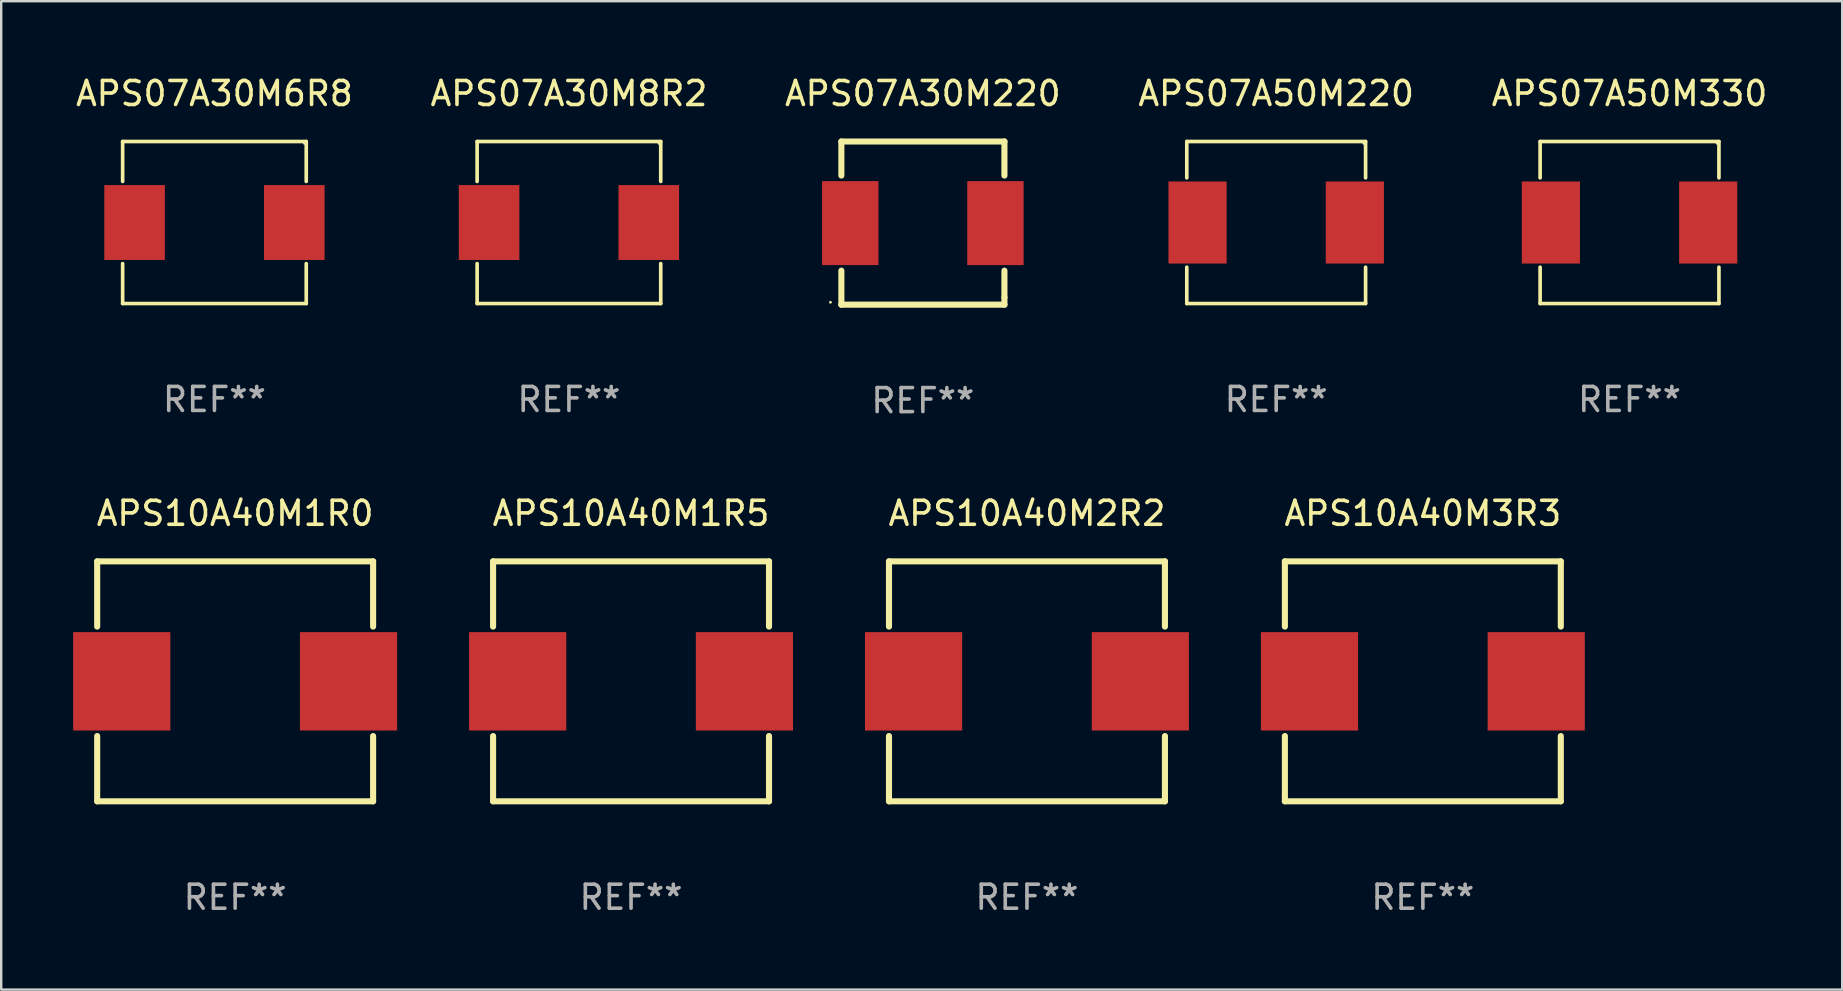
<source format=kicad_pcb>
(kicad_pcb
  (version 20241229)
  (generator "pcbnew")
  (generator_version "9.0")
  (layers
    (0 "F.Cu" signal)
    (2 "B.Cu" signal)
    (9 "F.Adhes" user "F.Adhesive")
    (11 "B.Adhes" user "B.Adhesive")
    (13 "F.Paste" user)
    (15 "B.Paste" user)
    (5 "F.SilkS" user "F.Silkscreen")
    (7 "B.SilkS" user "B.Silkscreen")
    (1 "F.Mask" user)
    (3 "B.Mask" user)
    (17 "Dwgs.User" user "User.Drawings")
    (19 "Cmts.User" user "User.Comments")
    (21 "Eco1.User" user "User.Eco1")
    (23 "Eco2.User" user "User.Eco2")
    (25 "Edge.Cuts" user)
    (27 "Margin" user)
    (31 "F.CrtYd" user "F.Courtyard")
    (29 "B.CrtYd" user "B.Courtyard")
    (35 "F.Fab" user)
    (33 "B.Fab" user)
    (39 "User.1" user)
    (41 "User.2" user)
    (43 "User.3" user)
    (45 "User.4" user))
  (footprint "APS10A40M1R5"
    (layer "F.Cu")
    (at 23.25 25.345)
    (property "Reference" "APS10A40M1R5" (at 0 -7 0) (layer "F.SilkS") (effects (font (size 1 1) (thickness 0.15))))
    (attr through_hole)
    (fp_line (start -5.75 -5) (end -5.75 -2.281) (stroke (width 0.254) (type solid)) (layer "F.SilkS"))
    (fp_line (start -5.75 -5) (end 5.75 -5) (stroke (width 0.254) (type solid)) (layer "F.SilkS"))
    (fp_line (start -5.75 2.281) (end -5.75 5) (stroke (width 0.254) (type solid)) (layer "F.SilkS"))
    (fp_line (start 5.75 -2.281) (end 5.75 -5) (stroke (width 0.254) (type solid)) (layer "F.SilkS"))
    (fp_line (start 5.75 5) (end -5.75 5) (stroke (width 0.254) (type solid)) (layer "F.SilkS"))
    (fp_line (start 5.75 5) (end 5.75 2.281) (stroke (width 0.254) (type solid)) (layer "F.SilkS"))
    (fp_circle (center -5.75 5) (end -5.72 5) (stroke (width 0.06) (type solid)) (fill no) (layer "F.SilkS"))
    (fp_text user "REF**" (at 0 9 0) (layer "F.Fab") (effects (font (size 1 1) (thickness 0.15))))
    (pad "1" smd rect (at -4.725 0) (size 4.05 4.1) (layers "F.Cu" "F.Mask" "F.Paste"))
    (pad "2" smd rect (at 4.725 0) (size 4.05 4.1) (layers "F.Cu" "F.Mask" "F.Paste")))
  (footprint "APS07A30M220"
    (layer "F.Cu")
    (at 35.411 6.248)
    (property "Reference" "APS07A30M220" (at 0 -5.4 0) (layer "F.SilkS") (effects (font (size 1 1) (thickness 0.15))))
    (attr through_hole)
    (fp_line (start -3.396 -3.4) (end -3.396 -1.981) (stroke (width 0.254) (type solid)) (layer "F.SilkS"))
    (fp_line (start -3.396 -3.4) (end 3.4 -3.4) (stroke (width 0.254) (type solid)) (layer "F.SilkS"))
    (fp_line (start -3.396 1.981) (end -3.396 3.4) (stroke (width 0.254) (type solid)) (layer "F.SilkS"))
    (fp_line (start 3.4 -1.981) (end 3.4 -3.4) (stroke (width 0.254) (type solid)) (layer "F.SilkS"))
    (fp_line (start 3.4 3.1) (end 3.4 1.981) (stroke (width 0.254) (type solid)) (layer "F.SilkS"))
    (fp_line (start 3.4 3.1) (end 3.4 3.4) (stroke (width 0.254) (type solid)) (layer "F.SilkS"))
    (fp_line (start 3.4 3.4) (end -3.4 3.4) (stroke (width 0.254) (type solid)) (layer "F.SilkS"))
    (fp_circle (center -3.85 3.3) (end -3.82 3.3) (stroke (width 0.06) (type solid)) (fill no) (layer "F.SilkS"))
    (fp_text user "REF**" (at 0 7.4 0) (layer "F.Fab") (effects (font (size 1 1) (thickness 0.15))))
    (pad "1" smd rect (at -3.025 0 270) (size 3.5 2.35) (layers "F.Cu" "F.Mask" "F.Paste"))
    (pad "2" smd rect (at 3.025 0 270) (size 3.5 2.35) (layers "F.Cu" "F.Mask" "F.Paste")))
  (footprint "APS07A30M8R2"
    (layer "F.Cu")
    (at 20.661 6.224)
    (property "Reference" "APS07A30M8R2" (at 0 -5.376 0) (layer "F.SilkS") (effects (font (size 1 1) (thickness 0.15))))
    (attr through_hole)
    (fp_line (start -3.826 -3.376) (end 3.826 -3.376) (stroke (width 0.152) (type solid)) (layer "F.SilkS"))
    (fp_line (start -3.826 -1.712) (end -3.826 -3.376) (stroke (width 0.152) (type solid)) (layer "F.SilkS"))
    (fp_line (start -3.826 1.712) (end -3.826 3.376) (stroke (width 0.152) (type solid)) (layer "F.SilkS"))
    (fp_line (start -3.826 3.376) (end 3.826 3.376) (stroke (width 0.152) (type solid)) (layer "F.SilkS"))
    (fp_line (start 3.826 -3.376) (end 3.826 -1.712) (stroke (width 0.152) (type solid)) (layer "F.SilkS"))
    (fp_line (start 3.826 3.376) (end 3.826 1.712) (stroke (width 0.152) (type solid)) (layer "F.SilkS"))
    (fp_circle (center 3.75 -3.3) (end 3.78 -3.3) (stroke (width 0.06) (type solid)) (fill no) (layer "F.SilkS"))
    (fp_text user "REF**" (at 0 7.376 0) (layer "F.Fab") (effects (font (size 1 1) (thickness 0.15))))
    (pad "1" smd rect (at 3.328 0) (size 2.524 3.12) (layers "F.Cu" "F.Mask" "F.Paste"))
    (pad "2" smd rect (at -3.328 0) (size 2.524 3.12) (layers "F.Cu" "F.Mask" "F.Paste")))
  (footprint "APS10A40M2R2"
    (layer "F.Cu")
    (at 39.75 25.345)
    (property "Reference" "APS10A40M2R2" (at 0 -7 0) (layer "F.SilkS") (effects (font (size 1 1) (thickness 0.15))))
    (attr through_hole)
    (fp_line (start -5.75 -5) (end -5.75 -2.281) (stroke (width 0.254) (type solid)) (layer "F.SilkS"))
    (fp_line (start -5.75 -5) (end 5.75 -5) (stroke (width 0.254) (type solid)) (layer "F.SilkS"))
    (fp_line (start -5.75 2.281) (end -5.75 5) (stroke (width 0.254) (type solid)) (layer "F.SilkS"))
    (fp_line (start 5.75 -2.281) (end 5.75 -5) (stroke (width 0.254) (type solid)) (layer "F.SilkS"))
    (fp_line (start 5.75 5) (end -5.75 5) (stroke (width 0.254) (type solid)) (layer "F.SilkS"))
    (fp_line (start 5.75 5) (end 5.75 2.281) (stroke (width 0.254) (type solid)) (layer "F.SilkS"))
    (fp_circle (center -5.75 5) (end -5.72 5) (stroke (width 0.06) (type solid)) (fill no) (layer "F.SilkS"))
    (fp_text user "REF**" (at 0 9 0) (layer "F.Fab") (effects (font (size 1 1) (thickness 0.15))))
    (pad "1" smd rect (at -4.725 0) (size 4.05 4.1) (layers "F.Cu" "F.Mask" "F.Paste"))
    (pad "2" smd rect (at 4.725 0) (size 4.05 4.1) (layers "F.Cu" "F.Mask" "F.Paste")))
  (footprint "APS10A40M1R0"
    (layer "F.Cu")
    (at 6.75 25.345)
    (property "Reference" "APS10A40M1R0" (at 0 -7 0) (layer "F.SilkS") (effects (font (size 1 1) (thickness 0.15))))
    (attr through_hole)
    (fp_line (start -5.75 -5) (end -5.75 -2.281) (stroke (width 0.254) (type solid)) (layer "F.SilkS"))
    (fp_line (start -5.75 -5) (end 5.75 -5) (stroke (width 0.254) (type solid)) (layer "F.SilkS"))
    (fp_line (start -5.75 2.281) (end -5.75 5) (stroke (width 0.254) (type solid)) (layer "F.SilkS"))
    (fp_line (start 5.75 -2.281) (end 5.75 -5) (stroke (width 0.254) (type solid)) (layer "F.SilkS"))
    (fp_line (start 5.75 5) (end -5.75 5) (stroke (width 0.254) (type solid)) (layer "F.SilkS"))
    (fp_line (start 5.75 5) (end 5.75 2.281) (stroke (width 0.254) (type solid)) (layer "F.SilkS"))
    (fp_circle (center -5.75 5) (end -5.72 5) (stroke (width 0.06) (type solid)) (fill no) (layer "F.SilkS"))
    (fp_text user "REF**" (at 0 9 0) (layer "F.Fab") (effects (font (size 1 1) (thickness 0.15))))
    (pad "1" smd rect (at -4.725 0) (size 4.05 4.1) (layers "F.Cu" "F.Mask" "F.Paste"))
    (pad "2" smd rect (at 4.725 0) (size 4.05 4.1) (layers "F.Cu" "F.Mask" "F.Paste")))
  (footprint "APS07A50M330"
    (layer "F.Cu")
    (at 64.863 6.224)
    (property "Reference" "APS07A50M330" (at 0 -5.376 0) (layer "F.SilkS") (effects (font (size 1 1) (thickness 0.15))))
    (attr through_hole)
    (fp_line (start -3.726 -3.376) (end 3.726 -3.376) (stroke (width 0.152) (type solid)) (layer "F.SilkS"))
    (fp_line (start -3.726 -1.862) (end -3.726 -3.376) (stroke (width 0.152) (type solid)) (layer "F.SilkS"))
    (fp_line (start -3.726 1.862) (end -3.726 3.376) (stroke (width 0.152) (type solid)) (layer "F.SilkS"))
    (fp_line (start -3.726 3.376) (end 3.726 3.376) (stroke (width 0.152) (type solid)) (layer "F.SilkS"))
    (fp_line (start 3.726 -3.376) (end 3.726 -1.862) (stroke (width 0.152) (type solid)) (layer "F.SilkS"))
    (fp_line (start 3.726 3.376) (end 3.726 1.862) (stroke (width 0.152) (type solid)) (layer "F.SilkS"))
    (fp_circle (center 3.65 -3.3) (end 3.68 -3.3) (stroke (width 0.06) (type solid)) (fill no) (layer "F.SilkS"))
    (fp_text user "REF**" (at 0 7.376 0) (layer "F.Fab") (effects (font (size 1 1) (thickness 0.15))))
    (pad "1" smd rect (at 3.278 0) (size 2.424 3.42) (layers "F.Cu" "F.Mask" "F.Paste"))
    (pad "2" smd rect (at -3.278 0) (size 2.424 3.42) (layers "F.Cu" "F.Mask" "F.Paste")))
  (footprint "APS07A30M6R8"
    (layer "F.Cu")
    (at 5.887 6.224)
    (property "Reference" "APS07A30M6R8" (at 0 -5.376 0) (layer "F.SilkS") (effects (font (size 1 1) (thickness 0.15))))
    (attr through_hole)
    (fp_line (start -3.826 -3.376) (end 3.826 -3.376) (stroke (width 0.152) (type solid)) (layer "F.SilkS"))
    (fp_line (start -3.826 -1.712) (end -3.826 -3.376) (stroke (width 0.152) (type solid)) (layer "F.SilkS"))
    (fp_line (start -3.826 1.712) (end -3.826 3.376) (stroke (width 0.152) (type solid)) (layer "F.SilkS"))
    (fp_line (start -3.826 3.376) (end 3.826 3.376) (stroke (width 0.152) (type solid)) (layer "F.SilkS"))
    (fp_line (start 3.826 -3.376) (end 3.826 -1.712) (stroke (width 0.152) (type solid)) (layer "F.SilkS"))
    (fp_line (start 3.826 3.376) (end 3.826 1.712) (stroke (width 0.152) (type solid)) (layer "F.SilkS"))
    (fp_circle (center 3.75 -3.3) (end 3.78 -3.3) (stroke (width 0.06) (type solid)) (fill no) (layer "F.SilkS"))
    (fp_text user "REF**" (at 0 7.376 0) (layer "F.Fab") (effects (font (size 1 1) (thickness 0.15))))
    (pad "1" smd rect (at 3.328 0) (size 2.524 3.12) (layers "F.Cu" "F.Mask" "F.Paste"))
    (pad "2" smd rect (at -3.328 0) (size 2.524 3.12) (layers "F.Cu" "F.Mask" "F.Paste")))
  (footprint "APS07A50M220"
    (layer "F.Cu")
    (at 50.137 6.224)
    (property "Reference" "APS07A50M220" (at 0 -5.376 0) (layer "F.SilkS") (effects (font (size 1 1) (thickness 0.15))))
    (attr through_hole)
    (fp_line (start -3.726 -3.376) (end 3.726 -3.376) (stroke (width 0.152) (type solid)) (layer "F.SilkS"))
    (fp_line (start -3.726 -1.862) (end -3.726 -3.376) (stroke (width 0.152) (type solid)) (layer "F.SilkS"))
    (fp_line (start -3.726 1.862) (end -3.726 3.376) (stroke (width 0.152) (type solid)) (layer "F.SilkS"))
    (fp_line (start -3.726 3.376) (end 3.726 3.376) (stroke (width 0.152) (type solid)) (layer "F.SilkS"))
    (fp_line (start 3.726 -3.376) (end 3.726 -1.862) (stroke (width 0.152) (type solid)) (layer "F.SilkS"))
    (fp_line (start 3.726 3.376) (end 3.726 1.862) (stroke (width 0.152) (type solid)) (layer "F.SilkS"))
    (fp_circle (center 3.65 -3.3) (end 3.68 -3.3) (stroke (width 0.06) (type solid)) (fill no) (layer "F.SilkS"))
    (fp_text user "REF**" (at 0 7.376 0) (layer "F.Fab") (effects (font (size 1 1) (thickness 0.15))))
    (pad "1" smd rect (at 3.278 0) (size 2.424 3.42) (layers "F.Cu" "F.Mask" "F.Paste"))
    (pad "2" smd rect (at -3.278 0) (size 2.424 3.42) (layers "F.Cu" "F.Mask" "F.Paste")))
  (footprint "APS10A40M3R3"
    (layer "F.Cu")
    (at 56.249 25.345)
    (property "Reference" "APS10A40M3R3" (at 0 -7 0) (layer "F.SilkS") (effects (font (size 1 1) (thickness 0.15))))
    (attr through_hole)
    (fp_line (start -5.75 -5) (end -5.75 -2.281) (stroke (width 0.254) (type solid)) (layer "F.SilkS"))
    (fp_line (start -5.75 -5) (end 5.75 -5) (stroke (width 0.254) (type solid)) (layer "F.SilkS"))
    (fp_line (start -5.75 2.281) (end -5.75 5) (stroke (width 0.254) (type solid)) (layer "F.SilkS"))
    (fp_line (start 5.75 -2.281) (end 5.75 -5) (stroke (width 0.254) (type solid)) (layer "F.SilkS"))
    (fp_line (start 5.75 5) (end -5.75 5) (stroke (width 0.254) (type solid)) (layer "F.SilkS"))
    (fp_line (start 5.75 5) (end 5.75 2.281) (stroke (width 0.254) (type solid)) (layer "F.SilkS"))
    (fp_circle (center -5.75 5) (end -5.72 5) (stroke (width 0.06) (type solid)) (fill no) (layer "F.SilkS"))
    (fp_text user "REF**" (at 0 9 0) (layer "F.Fab") (effects (font (size 1 1) (thickness 0.15))))
    (pad "1" smd rect (at -4.725 0) (size 4.05 4.1) (layers "F.Cu" "F.Mask" "F.Paste"))
    (pad "2" smd rect (at 4.725 0) (size 4.05 4.1) (layers "F.Cu" "F.Mask" "F.Paste")))
  (gr_rect
    (start -3 -3)
    (end 73.726 38.193)
    (stroke (width 0.1) (type default))
    (fill no)
    (layer "Edge.Cuts")))
</source>
